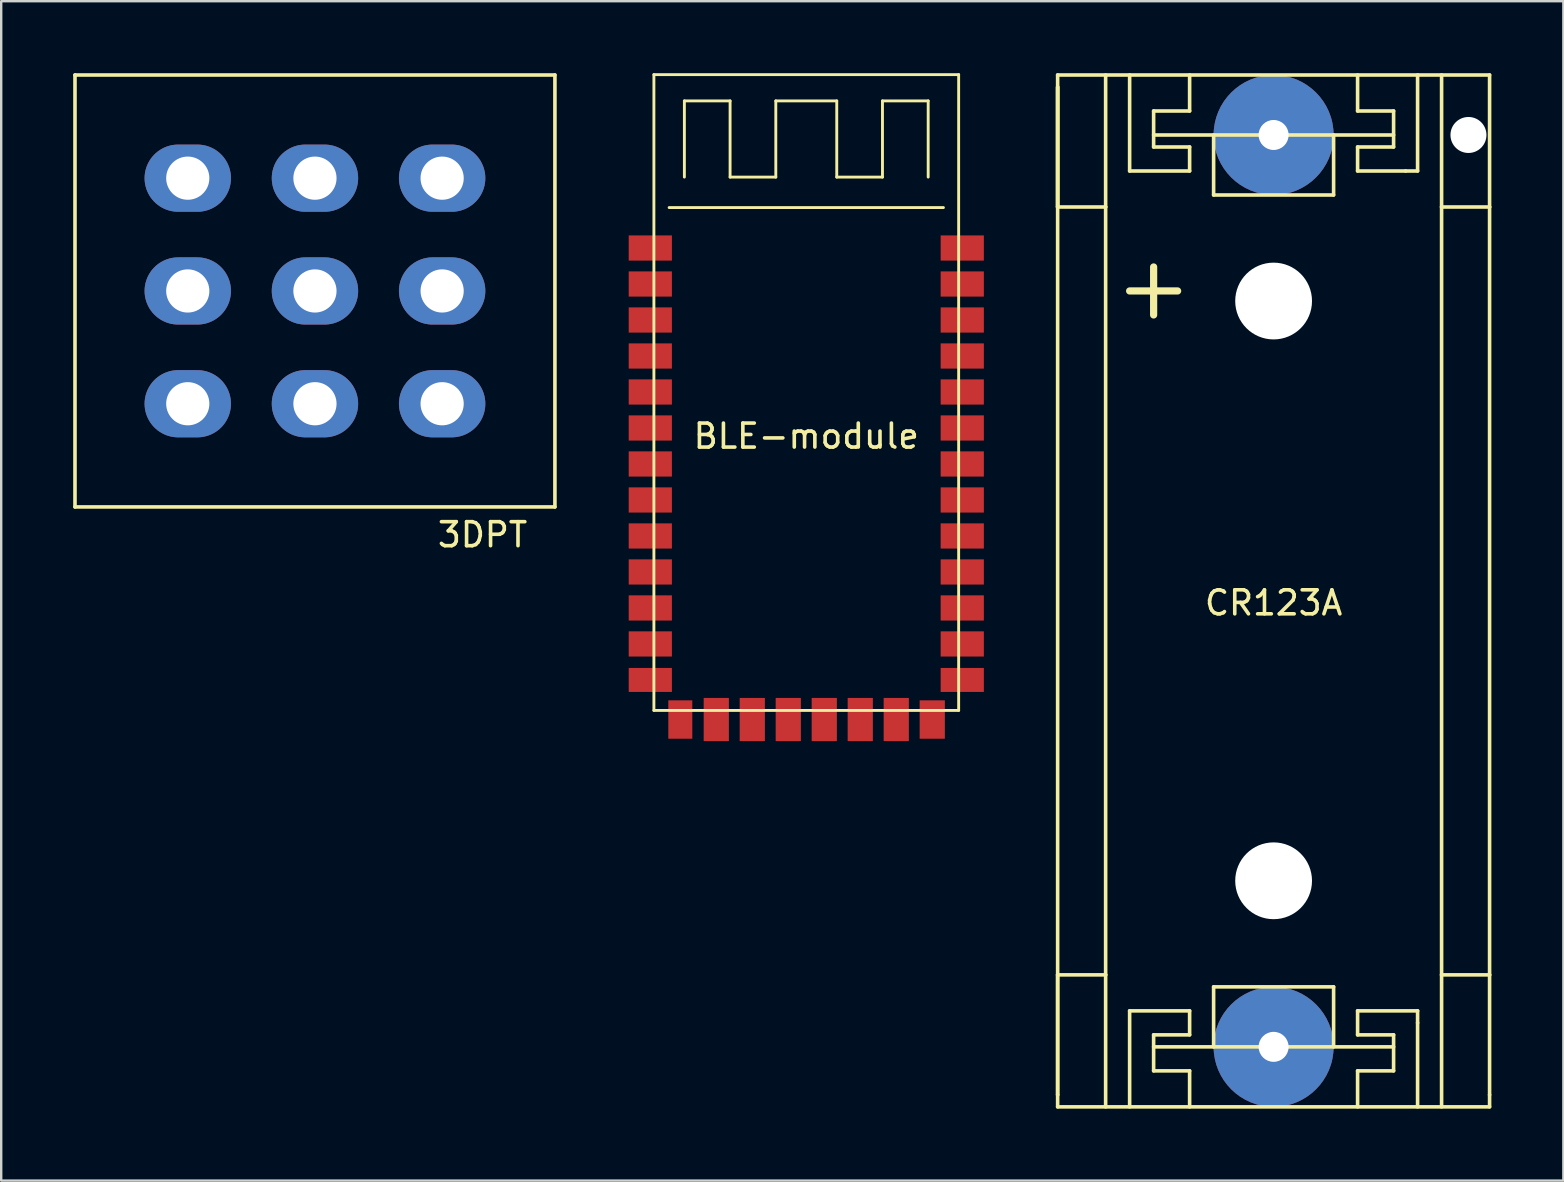
<source format=kicad_pcb>
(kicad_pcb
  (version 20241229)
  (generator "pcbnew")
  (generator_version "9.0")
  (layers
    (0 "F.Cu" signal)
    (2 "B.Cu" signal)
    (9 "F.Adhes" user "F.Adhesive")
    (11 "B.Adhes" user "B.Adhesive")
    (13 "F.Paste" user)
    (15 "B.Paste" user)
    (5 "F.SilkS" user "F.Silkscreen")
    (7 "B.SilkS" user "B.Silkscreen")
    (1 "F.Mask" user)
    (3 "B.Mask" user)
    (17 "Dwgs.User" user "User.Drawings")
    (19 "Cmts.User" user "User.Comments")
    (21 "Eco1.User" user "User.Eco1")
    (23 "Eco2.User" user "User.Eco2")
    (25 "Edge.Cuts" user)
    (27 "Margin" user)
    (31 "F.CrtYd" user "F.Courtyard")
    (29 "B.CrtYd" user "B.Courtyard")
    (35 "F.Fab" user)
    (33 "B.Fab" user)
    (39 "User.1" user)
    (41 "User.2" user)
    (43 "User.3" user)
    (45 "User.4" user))
  (footprint "BLE-module"
    (layer "F.Cu")
    (at 30.55 25.285)
    (property "Reference" "BLE-module" (at 0 -10.16 0) (layer "F.SilkS") (effects (font (size 1 1) (thickness 0.15))))
    (attr through_hole)
    (fp_line (start -6.35 -25.225) (end -6.35 1.27) (stroke (width 0.12) (type solid)) (layer "F.SilkS"))
    (fp_line (start -6.35 1.27) (end 6.35 1.27) (stroke (width 0.12) (type solid)) (layer "F.SilkS"))
    (fp_line (start -5.715 -19.685) (end 5.715 -19.685) (stroke (width 0.12) (type solid)) (layer "F.SilkS"))
    (fp_line (start -5.08 -24.13) (end -5.08 -20.955) (stroke (width 0.12) (type solid)) (layer "F.SilkS"))
    (fp_line (start -5.08 -24.13) (end -3.175 -24.13) (stroke (width 0.12) (type solid)) (layer "F.SilkS"))
    (fp_line (start -3.175 -20.955) (end -3.175 -24.13) (stroke (width 0.12) (type solid)) (layer "F.SilkS"))
    (fp_line (start -3.175 -20.955) (end -1.27 -20.955) (stroke (width 0.12) (type solid)) (layer "F.SilkS"))
    (fp_line (start -1.27 -24.13) (end -1.27 -20.955) (stroke (width 0.12) (type solid)) (layer "F.SilkS"))
    (fp_line (start -1.27 -24.13) (end 1.27 -24.13) (stroke (width 0.12) (type solid)) (layer "F.SilkS"))
    (fp_line (start 1.27 -20.955) (end 1.27 -24.13) (stroke (width 0.12) (type solid)) (layer "F.SilkS"))
    (fp_line (start 1.27 -20.955) (end 3.175 -20.955) (stroke (width 0.12) (type solid)) (layer "F.SilkS"))
    (fp_line (start 3.175 -24.13) (end 3.175 -20.955) (stroke (width 0.12) (type solid)) (layer "F.SilkS"))
    (fp_line (start 3.175 -24.13) (end 5.08 -24.13) (stroke (width 0.12) (type solid)) (layer "F.SilkS"))
    (fp_line (start 5.08 -20.955) (end 5.08 -24.13) (stroke (width 0.12) (type solid)) (layer "F.SilkS"))
    (fp_line (start 6.35 -25.225) (end -6.35 -25.225) (stroke (width 0.12) (type solid)) (layer "F.SilkS"))
    (fp_line (start 6.35 1.27) (end 6.35 -25.225) (stroke (width 0.12) (type solid)) (layer "F.SilkS"))
    (pad "1" smd rect (at -6.5 -18) (size 1.8 1.05) (layers "F.Cu" "F.Mask" "F.Paste"))
    (pad "2" smd rect (at -6.5 -16.5) (size 1.8 1.05) (layers "F.Cu" "F.Mask" "F.Paste"))
    (pad "3" smd rect (at -6.5 -15) (size 1.8 1.05) (layers "F.Cu" "F.Mask" "F.Paste"))
    (pad "4" smd rect (at -6.5 -13.5) (size 1.8 1.05) (layers "F.Cu" "F.Mask" "F.Paste"))
    (pad "5" smd rect (at -6.5 -12) (size 1.8 1.05) (layers "F.Cu" "F.Mask" "F.Paste"))
    (pad "6" smd rect (at -6.5 -10.5) (size 1.8 1.05) (layers "F.Cu" "F.Mask" "F.Paste"))
    (pad "7" smd rect (at -6.5 -9) (size 1.8 1.05) (layers "F.Cu" "F.Mask" "F.Paste"))
    (pad "8" smd rect (at -6.5 -7.5) (size 1.8 1.05) (layers "F.Cu" "F.Mask" "F.Paste"))
    (pad "9" smd rect (at -6.5 -6) (size 1.8 1.05) (layers "F.Cu" "F.Mask" "F.Paste"))
    (pad "10" smd rect (at -6.5 -4.5) (size 1.8 1.05) (layers "F.Cu" "F.Mask" "F.Paste"))
    (pad "11" smd rect (at -6.5 -3) (size 1.8 1.05) (layers "F.Cu" "F.Mask" "F.Paste"))
    (pad "12" smd rect (at -6.5 -1.5) (size 1.8 1.05) (layers "F.Cu" "F.Mask" "F.Paste"))
    (pad "13" smd rect (at -6.5 0) (size 1.8 1) (layers "F.Cu" "F.Mask" "F.Paste"))
    (pad "14" smd rect (at -5.25 1.65) (size 1 1.6) (layers "F.Cu" "F.Mask" "F.Paste"))
    (pad "15" smd rect (at -3.75 1.65) (size 1.05 1.8) (layers "F.Cu" "F.Mask" "F.Paste"))
    (pad "16" smd rect (at -2.25 1.65) (size 1.05 1.8) (layers "F.Cu" "F.Mask" "F.Paste"))
    (pad "17" smd rect (at -0.75 1.65) (size 1.05 1.8) (layers "F.Cu" "F.Mask" "F.Paste"))
    (pad "18" smd rect (at 0.75 1.65) (size 1.05 1.8) (layers "F.Cu" "F.Mask" "F.Paste"))
    (pad "19" smd rect (at 2.25 1.65) (size 1.05 1.8) (layers "F.Cu" "F.Mask" "F.Paste"))
    (pad "20" smd rect (at 5.25 1.65) (size 1.05 1.6) (layers "F.Cu" "F.Mask" "F.Paste"))
    (pad "21" smd rect (at 3.75 1.65) (size 1.05 1.8) (layers "F.Cu" "F.Mask" "F.Paste"))
    (pad "22" smd rect (at 6.5 0) (size 1.8 1) (layers "F.Cu" "F.Mask" "F.Paste"))
    (pad "23" smd rect (at 6.5 -1.5) (size 1.8 1.05) (layers "F.Cu" "F.Mask" "F.Paste"))
    (pad "24" smd rect (at 6.5 -3) (size 1.8 1.05) (layers "F.Cu" "F.Mask" "F.Paste"))
    (pad "25" smd rect (at 6.5 -6) (size 1.8 1.05) (layers "F.Cu" "F.Mask" "F.Paste"))
    (pad "26" smd rect (at 6.5 -4.5) (size 1.8 1.05) (layers "F.Cu" "F.Mask" "F.Paste"))
    (pad "27" smd rect (at 6.5 -7.5) (size 1.8 1.05) (layers "F.Cu" "F.Mask" "F.Paste"))
    (pad "28" smd rect (at 6.5 -9) (size 1.8 1.05) (layers "F.Cu" "F.Mask" "F.Paste"))
    (pad "29" smd rect (at 6.5 -10.5) (size 1.8 1.05) (layers "F.Cu" "F.Mask" "F.Paste"))
    (pad "30" smd rect (at 6.5 -12) (size 1.8 1.05) (layers "F.Cu" "F.Mask" "F.Paste"))
    (pad "31" smd rect (at 6.5 -13.5) (size 1.8 1.05) (layers "F.Cu" "F.Mask" "F.Paste"))
    (pad "32" smd rect (at 6.5 -15) (size 1.8 1.05) (layers "F.Cu" "F.Mask" "F.Paste"))
    (pad "33" smd rect (at 6.5 -16.5) (size 1.8 1.05) (layers "F.Cu" "F.Mask" "F.Paste"))
    (pad "34" smd rect (at 6.5 -18) (size 1.8 1.05) (layers "F.Cu" "F.Mask" "F.Paste")))
  (footprint "3DPT"
    (layer "F.Cu")
    (at 10.075 9.075)
    (property "Reference" "3DPT" (at 6.985 10.16 0) (layer "F.SilkS") (effects (font (size 1 1) (thickness 0.15))))
    (attr through_hole)
    (fp_line (start -10 -9) (end -10 9) (stroke (width 0.15) (type solid)) (layer "F.SilkS"))
    (fp_line (start -10 -9) (end 10 -9) (stroke (width 0.15) (type solid)) (layer "F.SilkS"))
    (fp_line (start -10 9) (end 10 9) (stroke (width 0.15) (type solid)) (layer "F.SilkS"))
    (fp_line (start 10 9) (end 10 -9) (stroke (width 0.15) (type solid)) (layer "F.SilkS"))
    (pad "1" thru_hole oval (at -5.3 -4.7) (size 3.6 2.8) (drill 1.8) (layers "*.Cu" "*.Mask"))
    (pad "2" thru_hole oval (at -5.3 0) (size 3.6 2.8) (drill 1.8) (layers "*.Cu" "*.Mask"))
    (pad "3" thru_hole oval (at -5.3 4.7) (size 3.6 2.8) (drill 1.8) (layers "*.Cu" "*.Mask"))
    (pad "4" thru_hole oval (at 0 0) (size 3.6 2.8) (drill 1.8) (layers "*.Cu" "*.Mask"))
    (pad "5" thru_hole oval (at 0 -4.7) (size 3.6 2.8) (drill 1.8) (layers "*.Cu" "*.Mask"))
    (pad "6" thru_hole oval (at 0 4.7) (size 3.6 2.8) (drill 1.8) (layers "*.Cu" "*.Mask"))
    (pad "7" thru_hole oval (at 5.3 -4.7) (size 3.6 2.8) (drill 1.8) (layers "*.Cu" "*.Mask"))
    (pad "8" thru_hole oval (at 5.3 0) (size 3.6 2.8) (drill 1.8) (layers "*.Cu" "*.Mask"))
    (pad "9" thru_hole oval (at 5.3 4.7) (size 3.6 2.8) (drill 1.8) (layers "*.Cu" "*.Mask")))
  (footprint "CR123A"
    (layer "F.Cu")
    (at 50.025 21.575)
    (property "Reference" "CR123A" (at 0 0.5 0) (layer "F.SilkS") (effects (font (size 1 1) (thickness 0.15))))
    (attr through_hole)
    (fp_line (start -9 -21.5) (end -9 -16) (stroke (width 0.15) (type solid)) (layer "F.SilkS"))
    (fp_line (start -9 -21.5) (end 9 -21.5) (stroke (width 0.15) (type solid)) (layer "F.SilkS"))
    (fp_line (start -9 -21) (end -9 -16) (stroke (width 0.15) (type solid)) (layer "F.SilkS"))
    (fp_line (start -9 -16) (end -9 -21) (stroke (width 0.15) (type solid)) (layer "F.SilkS"))
    (fp_line (start -9 -16) (end -7 -16) (stroke (width 0.15) (type solid)) (layer "F.SilkS"))
    (fp_line (start -9 16) (end -9 -16) (stroke (width 0.15) (type solid)) (layer "F.SilkS"))
    (fp_line (start -9 16) (end -9 21) (stroke (width 0.15) (type solid)) (layer "F.SilkS"))
    (fp_line (start -9 16) (end -7 16) (stroke (width 0.15) (type solid)) (layer "F.SilkS"))
    (fp_line (start -9 21) (end -9 16) (stroke (width 0.15) (type solid)) (layer "F.SilkS"))
    (fp_line (start -9 21) (end -9 21.5) (stroke (width 0.15) (type solid)) (layer "F.SilkS"))
    (fp_line (start -9 21.5) (end 9 21.5) (stroke (width 0.15) (type solid)) (layer "F.SilkS"))
    (fp_line (start -7 -16) (end -7 -21.5) (stroke (width 0.15) (type solid)) (layer "F.SilkS"))
    (fp_line (start -7 16) (end -7 -16) (stroke (width 0.15) (type solid)) (layer "F.SilkS"))
    (fp_line (start -7 16) (end -7 21.5) (stroke (width 0.15) (type solid)) (layer "F.SilkS"))
    (fp_line (start -6 -21.5) (end -6 -17.5) (stroke (width 0.15) (type solid)) (layer "F.SilkS"))
    (fp_line (start -6 -12.5) (end -4 -12.5) (stroke (width 0.3) (type solid)) (layer "F.SilkS"))
    (fp_line (start -6 17.5) (end -3.5 17.5) (stroke (width 0.15) (type solid)) (layer "F.SilkS"))
    (fp_line (start -6 21.5) (end -6 17.5) (stroke (width 0.15) (type solid)) (layer "F.SilkS"))
    (fp_line (start -5 -20) (end -5 -18.5) (stroke (width 0.15) (type solid)) (layer "F.SilkS"))
    (fp_line (start -5 -19) (end 5 -19) (stroke (width 0.15) (type solid)) (layer "F.SilkS"))
    (fp_line (start -5 -18.5) (end -3.5 -18.5) (stroke (width 0.15) (type solid)) (layer "F.SilkS"))
    (fp_line (start -5 -13.5) (end -5 -11.5) (stroke (width 0.3) (type solid)) (layer "F.SilkS"))
    (fp_line (start -5 18.5) (end -5 20) (stroke (width 0.15) (type solid)) (layer "F.SilkS"))
    (fp_line (start -5 19) (end 5 19) (stroke (width 0.15) (type solid)) (layer "F.SilkS"))
    (fp_line (start -5 20) (end -3.5 20) (stroke (width 0.15) (type solid)) (layer "F.SilkS"))
    (fp_line (start -3.5 -21.5) (end -3.5 -20) (stroke (width 0.15) (type solid)) (layer "F.SilkS"))
    (fp_line (start -3.5 -20) (end -5 -20) (stroke (width 0.15) (type solid)) (layer "F.SilkS"))
    (fp_line (start -3.5 -18.5) (end -3.5 -17.5) (stroke (width 0.15) (type solid)) (layer "F.SilkS"))
    (fp_line (start -3.5 -17.5) (end -6 -17.5) (stroke (width 0.15) (type solid)) (layer "F.SilkS"))
    (fp_line (start -3.5 17.5) (end -3.5 18.5) (stroke (width 0.15) (type solid)) (layer "F.SilkS"))
    (fp_line (start -3.5 18.5) (end -5 18.5) (stroke (width 0.15) (type solid)) (layer "F.SilkS"))
    (fp_line (start -3.5 20) (end -3.5 21.5) (stroke (width 0.15) (type solid)) (layer "F.SilkS"))
    (fp_line (start -2.5 -19) (end -2.5 -16.5) (stroke (width 0.15) (type solid)) (layer "F.SilkS"))
    (fp_line (start -2.5 -16.5) (end 2.5 -16.5) (stroke (width 0.15) (type solid)) (layer "F.SilkS"))
    (fp_line (start -2.5 16.5) (end 2.5 16.5) (stroke (width 0.15) (type solid)) (layer "F.SilkS"))
    (fp_line (start -2.5 19) (end -2.5 16.5) (stroke (width 0.15) (type solid)) (layer "F.SilkS"))
    (fp_line (start 2.5 -16.5) (end 2.5 -19) (stroke (width 0.15) (type solid)) (layer "F.SilkS"))
    (fp_line (start 2.5 16.5) (end 2.5 19) (stroke (width 0.15) (type solid)) (layer "F.SilkS"))
    (fp_line (start 3.5 -21.5) (end 3.5 -20) (stroke (width 0.15) (type solid)) (layer "F.SilkS"))
    (fp_line (start 3.5 -18.5) (end 3.5 -17.5) (stroke (width 0.15) (type solid)) (layer "F.SilkS"))
    (fp_line (start 3.5 -17.5) (end 5.5 -17.5) (stroke (width 0.15) (type solid)) (layer "F.SilkS"))
    (fp_line (start 3.5 17.5) (end 3.5 18.5) (stroke (width 0.15) (type solid)) (layer "F.SilkS"))
    (fp_line (start 3.5 18.5) (end 5 18.5) (stroke (width 0.15) (type solid)) (layer "F.SilkS"))
    (fp_line (start 3.5 20) (end 3.5 21.5) (stroke (width 0.15) (type solid)) (layer "F.SilkS"))
    (fp_line (start 5 -20) (end 3.5 -20) (stroke (width 0.15) (type solid)) (layer "F.SilkS"))
    (fp_line (start 5 -18.5) (end 3.5 -18.5) (stroke (width 0.15) (type solid)) (layer "F.SilkS"))
    (fp_line (start 5 -18.5) (end 5 -20) (stroke (width 0.15) (type solid)) (layer "F.SilkS"))
    (fp_line (start 5 18.5) (end 5 20) (stroke (width 0.15) (type solid)) (layer "F.SilkS"))
    (fp_line (start 5 20) (end 3.5 20) (stroke (width 0.15) (type solid)) (layer "F.SilkS"))
    (fp_line (start 5.5 -17.5) (end 6 -17.5) (stroke (width 0.15) (type solid)) (layer "F.SilkS"))
    (fp_line (start 6 -17.5) (end 6 -21.5) (stroke (width 0.15) (type solid)) (layer "F.SilkS"))
    (fp_line (start 6 17.5) (end 3.5 17.5) (stroke (width 0.15) (type solid)) (layer "F.SilkS"))
    (fp_line (start 6 18) (end 6 17.5) (stroke (width 0.15) (type solid)) (layer "F.SilkS"))
    (fp_line (start 6 21.5) (end 6 18) (stroke (width 0.15) (type solid)) (layer "F.SilkS"))
    (fp_line (start 7 -16) (end 7 -21.5) (stroke (width 0.15) (type solid)) (layer "F.SilkS"))
    (fp_line (start 7 16) (end 7 -16) (stroke (width 0.15) (type solid)) (layer "F.SilkS"))
    (fp_line (start 7 16) (end 7 21.5) (stroke (width 0.15) (type solid)) (layer "F.SilkS"))
    (fp_line (start 9 -21.5) (end 9 -16) (stroke (width 0.15) (type solid)) (layer "F.SilkS"))
    (fp_line (start 9 -16) (end 7 -16) (stroke (width 0.15) (type solid)) (layer "F.SilkS"))
    (fp_line (start 9 -16) (end 9 16) (stroke (width 0.15) (type solid)) (layer "F.SilkS"))
    (fp_line (start 9 16) (end 7 16) (stroke (width 0.15) (type solid)) (layer "F.SilkS"))
    (fp_line (start 9 21) (end 9 16) (stroke (width 0.15) (type solid)) (layer "F.SilkS"))
    (fp_line (start 9 21.5) (end 9 21) (stroke (width 0.15) (type solid)) (layer "F.SilkS"))
    (pad "" np_thru_hole circle (at 0 -12.08) (size 3.2 3.2) (drill 3.2) (layers "*.Cu" "*.Mask"))
    (pad "" np_thru_hole circle (at 0 12.08) (size 3.2 3.2) (drill 3.2) (layers "*.Cu" "*.Mask"))
    (pad "" np_thru_hole circle (at 8.12 -19) (size 1.5 1.5) (drill 1.5) (layers "*.Cu" "*.Mask"))
    (pad "1" thru_hole circle (at 0 -19) (size 5 5) (drill 1.25) (layers "*.Cu" "*.Mask"))
    (pad "2" thru_hole circle (at 0 19) (size 5 5) (drill 1.25) (layers "*.Cu" "*.Mask")))
  (gr_rect
    (start -3 -3)
    (end 62.1 46.15)
    (stroke (width 0.1) (type default))
    (fill no)
    (layer "Edge.Cuts")))
</source>
